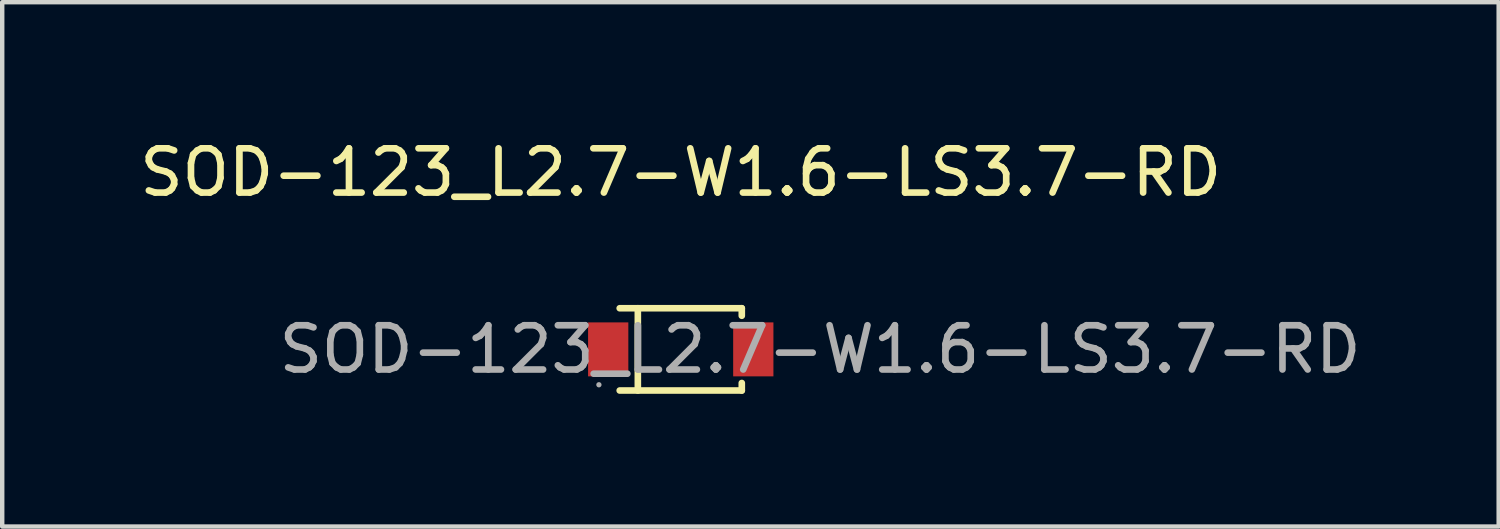
<source format=kicad_pcb>
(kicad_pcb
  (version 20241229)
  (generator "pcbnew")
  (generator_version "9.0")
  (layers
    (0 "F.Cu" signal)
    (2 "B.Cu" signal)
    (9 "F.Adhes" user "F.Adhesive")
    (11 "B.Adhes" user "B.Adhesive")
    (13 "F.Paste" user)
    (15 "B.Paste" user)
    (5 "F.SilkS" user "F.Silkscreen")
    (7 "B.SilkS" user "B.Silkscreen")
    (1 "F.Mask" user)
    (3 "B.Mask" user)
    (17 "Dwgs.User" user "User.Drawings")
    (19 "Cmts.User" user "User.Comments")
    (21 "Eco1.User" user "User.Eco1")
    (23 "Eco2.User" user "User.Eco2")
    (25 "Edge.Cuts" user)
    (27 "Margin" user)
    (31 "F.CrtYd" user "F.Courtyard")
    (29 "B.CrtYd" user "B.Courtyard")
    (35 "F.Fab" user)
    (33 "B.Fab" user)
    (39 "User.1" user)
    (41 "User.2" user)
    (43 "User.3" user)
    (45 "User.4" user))
  (footprint "SOD-123_L2.7-W1.6-LS3.7-RD"
    (layer "F.Cu")
    (at 12.339 4.848)
    (property "Reference" "SOD-123_L2.7-W1.6-LS3.7-RD" (at 0 -4 180) (layer "F.SilkS") (effects (font (size 1 1) (thickness 0.15))))
    (attr smd)
    (fp_line (start -1.38 -0.93) (end 1.38 -0.93) (stroke (width 0.15) (type solid)) (layer "F.SilkS"))
    (fp_line (start -1.38 0.93) (end 1.38 0.93) (stroke (width 0.15) (type solid)) (layer "F.SilkS"))
    (fp_line (start -0.97 -0.93) (end -0.97 0.93) (stroke (width 0.15) (type solid)) (layer "F.SilkS"))
    (fp_line (start 1.38 -0.93) (end 1.38 -0.76) (stroke (width 0.15) (type solid)) (layer "F.SilkS"))
    (fp_line (start 1.38 0.76) (end 1.38 0.93) (stroke (width 0.15) (type solid)) (layer "F.SilkS"))
    (fp_circle (center -1.85 0.8) (end -1.82 0.8) (stroke (width 0.06) (type solid)) (fill no) (layer "F.Fab"))
    (fp_text user "${REFERENCE}" (at 3.15 0 180) (layer "F.Fab") (effects (font (size 1 1) (thickness 0.15))))
    (pad "1" smd rect (at -1.64 0) (size 0.91 1.22) (layers "F.Cu" "F.Mask" "F.Paste"))
    (pad "2" smd rect (at 1.64 0) (size 0.91 1.22) (layers "F.Cu" "F.Mask" "F.Paste")))
  (gr_rect
    (start -3 -3)
    (end 30.829 8.853)
    (stroke (width 0.1) (type default))
    (fill no)
    (layer "Edge.Cuts")))
</source>
